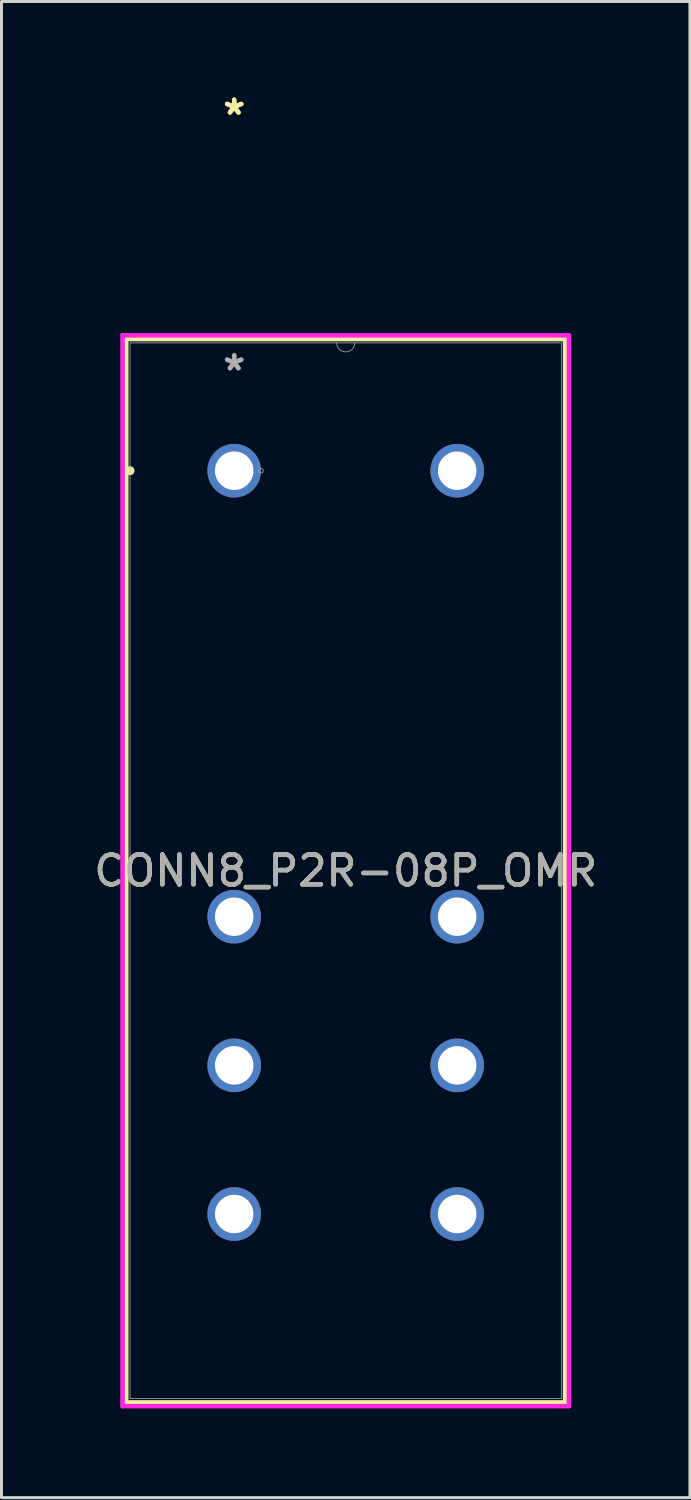
<source format=kicad_pcb>
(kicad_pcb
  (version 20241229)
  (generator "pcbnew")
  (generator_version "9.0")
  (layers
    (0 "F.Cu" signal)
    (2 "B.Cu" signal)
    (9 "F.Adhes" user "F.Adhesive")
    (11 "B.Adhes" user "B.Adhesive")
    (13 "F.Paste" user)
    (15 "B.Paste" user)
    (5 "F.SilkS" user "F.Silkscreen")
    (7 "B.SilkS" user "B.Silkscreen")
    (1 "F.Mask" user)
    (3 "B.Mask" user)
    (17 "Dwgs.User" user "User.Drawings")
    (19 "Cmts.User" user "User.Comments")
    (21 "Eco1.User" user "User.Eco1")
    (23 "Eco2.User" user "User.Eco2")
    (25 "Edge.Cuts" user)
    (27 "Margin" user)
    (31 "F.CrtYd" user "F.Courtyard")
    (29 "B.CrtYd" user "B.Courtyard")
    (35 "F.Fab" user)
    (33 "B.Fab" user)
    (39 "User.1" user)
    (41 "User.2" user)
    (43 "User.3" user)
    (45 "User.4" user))
  (footprint "CONN8_P2R-08P_OMR"
    (layer "F.Cu")
    (at 4.827 12.782)
    (property "Reference" "CONN8_P2R-08P_OMR" (at 3.75 13.455 0) (unlocked yes) (layer "F.SilkS") (effects (font (size 1 1) (thickness 0.15))))
    (attr through_hole)
    (fp_line (start -3.629 -4.427) (end -3.629 31.336) (stroke (width 0.152) (type solid)) (layer "F.SilkS"))
    (fp_line (start -3.629 31.336) (end 11.129 31.336) (stroke (width 0.152) (type solid)) (layer "F.SilkS"))
    (fp_line (start 11.129 -4.427) (end -3.629 -4.427) (stroke (width 0.152) (type solid)) (layer "F.SilkS"))
    (fp_line (start 11.129 31.336) (end 11.129 -4.427) (stroke (width 0.152) (type solid)) (layer "F.SilkS"))
    (fp_circle (center -3.503 0) (end -3.427 0) (stroke (width 0.152) (type solid)) (fill no) (layer "F.SilkS"))
    (fp_line (start -3.756 -4.554) (end 11.256 -4.554) (stroke (width 0.152) (type solid)) (layer "F.CrtYd"))
    (fp_line (start -3.756 31.463) (end -3.756 -4.554) (stroke (width 0.152) (type solid)) (layer "F.CrtYd"))
    (fp_line (start 11.256 -4.554) (end 11.256 31.463) (stroke (width 0.152) (type solid)) (layer "F.CrtYd"))
    (fp_line (start 11.256 31.463) (end -3.756 31.463) (stroke (width 0.152) (type solid)) (layer "F.CrtYd"))
    (fp_line (start -3.502 -4.3) (end -3.502 31.209) (stroke (width 0.025) (type solid)) (layer "F.Fab"))
    (fp_line (start -3.502 31.209) (end 11.002 31.209) (stroke (width 0.025) (type solid)) (layer "F.Fab"))
    (fp_line (start 11.002 -4.3) (end -3.502 -4.3) (stroke (width 0.025) (type solid)) (layer "F.Fab"))
    (fp_line (start 11.002 31.209) (end 11.002 -4.3) (stroke (width 0.025) (type solid)) (layer "F.Fab"))
    (fp_arc (start 4.0548 -4.3) (mid 3.75 -3.9952) (end 3.4452 -4.3) (stroke (width 0.0254) (type solid)) (layer "F.Fab"))
    (fp_circle (center 0.902 0) (end 0.978 0) (stroke (width 0.025) (type solid)) (fill no) (layer "F.Fab"))
    (fp_text user "*" (at 0 -11.933 0) (unlocked yes) (layer "F.SilkS") (effects (font (size 1 1) (thickness 0.15))))
    (fp_text user "*" (at 0 -11.933 0) (layer "F.SilkS") (effects (font (size 1 1) (thickness 0.15))))
    (fp_text user "*" (at 0 -3.333 0) (layer "F.Fab") (effects (font (size 1 1) (thickness 0.15))))
    (fp_text user "*" (at 0 -3.333 0) (unlocked yes) (layer "F.Fab") (effects (font (size 1 1) (thickness 0.15))))
    (fp_text user "${REFERENCE}" (at 3.75 13.455 0) (unlocked yes) (layer "F.Fab") (effects (font (size 1 1) (thickness 0.15))))
    (pad "1" thru_hole circle (at 7.5 0) (size 1.803 1.803) (drill 1.295) (layers "*.Cu" "*.Mask"))
    (pad "4" thru_hole circle (at 7.5 15) (size 1.803 1.803) (drill 1.295) (layers "*.Cu" "*.Mask"))
    (pad "6" thru_hole circle (at 7.5 20) (size 1.803 1.803) (drill 1.295) (layers "*.Cu" "*.Mask"))
    (pad "8" thru_hole circle (at 7.5 25) (size 1.803 1.803) (drill 1.295) (layers "*.Cu" "*.Mask"))
    (pad "9" thru_hole circle (at 0 25) (size 1.803 1.803) (drill 1.295) (layers "*.Cu" "*.Mask"))
    (pad "11" thru_hole circle (at 0 20) (size 1.803 1.803) (drill 1.295) (layers "*.Cu" "*.Mask"))
    (pad "13" thru_hole circle (at 0 15) (size 1.803 1.803) (drill 1.295) (layers "*.Cu" "*.Mask"))
    (pad "16" thru_hole circle (at 0 0) (size 1.803 1.803) (drill 1.295) (layers "*.Cu" "*.Mask")))
  (gr_rect
    (start -3 -3)
    (end 20.155 47.321)
    (stroke (width 0.1) (type default))
    (fill no)
    (layer "Edge.Cuts")))
</source>
